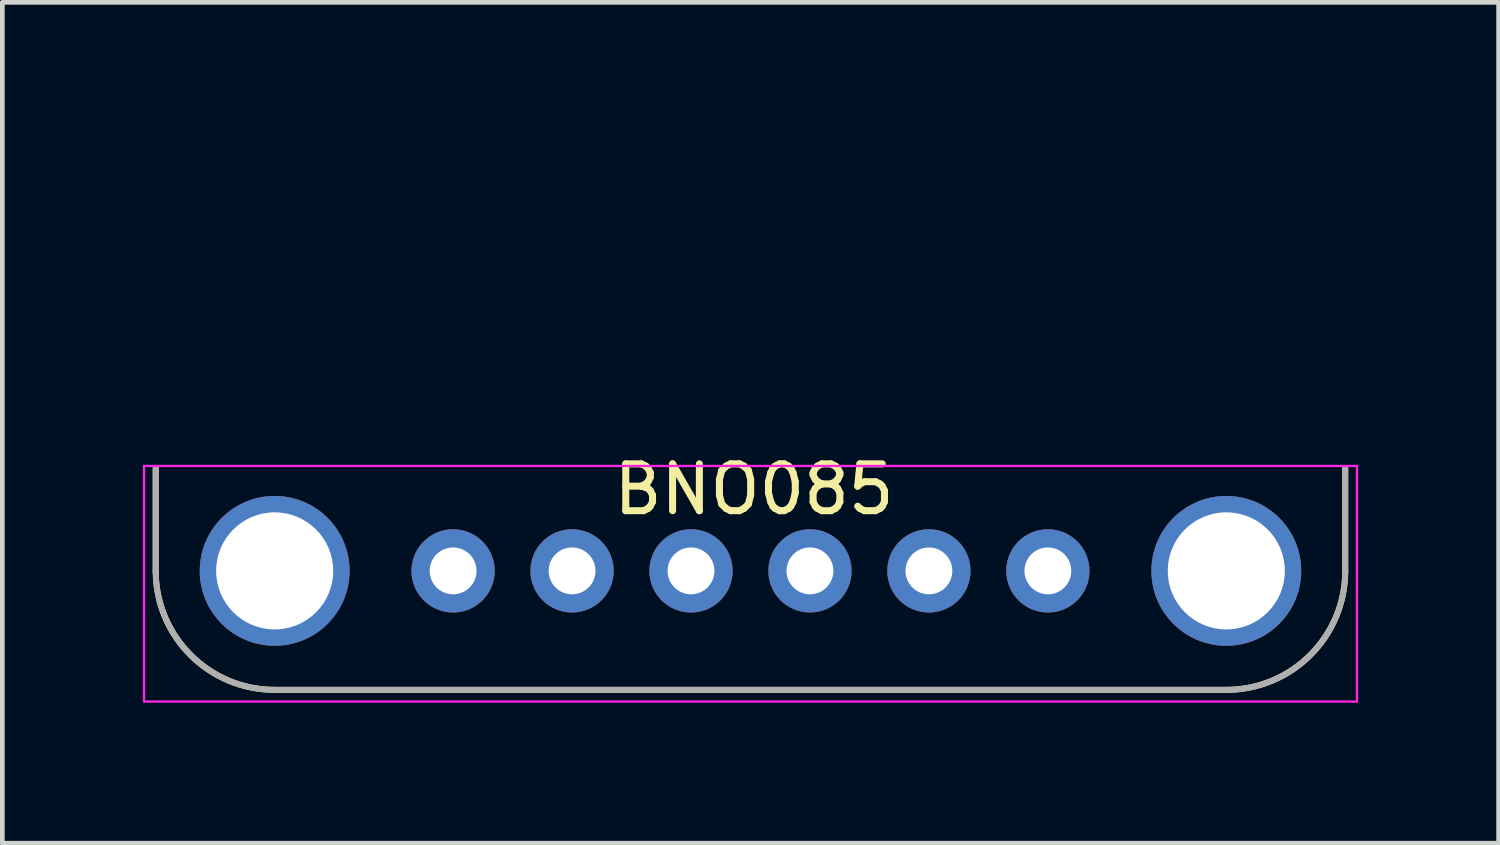
<source format=kicad_pcb>
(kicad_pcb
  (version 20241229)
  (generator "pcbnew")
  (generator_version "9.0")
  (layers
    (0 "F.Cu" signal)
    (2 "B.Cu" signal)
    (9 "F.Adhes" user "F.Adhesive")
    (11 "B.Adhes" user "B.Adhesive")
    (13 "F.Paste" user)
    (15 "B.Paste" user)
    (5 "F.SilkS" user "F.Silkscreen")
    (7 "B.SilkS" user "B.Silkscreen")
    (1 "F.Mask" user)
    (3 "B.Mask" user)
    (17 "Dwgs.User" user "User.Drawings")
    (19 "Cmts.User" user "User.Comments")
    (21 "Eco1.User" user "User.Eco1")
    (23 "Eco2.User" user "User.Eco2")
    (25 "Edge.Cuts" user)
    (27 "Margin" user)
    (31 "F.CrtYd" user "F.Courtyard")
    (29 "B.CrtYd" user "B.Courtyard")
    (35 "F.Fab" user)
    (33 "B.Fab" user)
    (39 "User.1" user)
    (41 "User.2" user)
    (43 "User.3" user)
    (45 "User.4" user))
  (footprint "BNO085"
    (layer "F.Cu")
    (at 12.975 0.25)
    (property "Reference" "BNO085" (at 0.075 7.15 0) (layer "F.SilkS") (effects (font (size 1 1) (thickness 0.15))))
    (attr through_hole)
    (fp_line (start -12.7 6.7) (end -12.7 8.915) (stroke (width 0.127) (type solid)) (layer "F.SilkS"))
    (fp_line (start -10.16 11.43) (end 10.16 11.43) (stroke (width 0.127) (type solid)) (layer "F.SilkS"))
    (fp_line (start 12.7 8.89) (end 12.7 6.7) (stroke (width 0.127) (type solid)) (layer "F.SilkS"))
    (fp_arc (start -10.16 11.43) (mid -11.956051 10.686051) (end -12.7 8.89) (stroke (width 0.127) (type solid)) (layer "F.SilkS"))
    (fp_arc (start 12.7 8.89) (mid 11.956051 10.686051) (end 10.16 11.43) (stroke (width 0.127) (type solid)) (layer "F.SilkS"))
    (fp_line (start -12.95 6.65) (end -12.95 11.675) (stroke (width 0.05) (type solid)) (layer "F.CrtYd"))
    (fp_line (start -12.95 11.68) (end 12.95 11.68) (stroke (width 0.05) (type solid)) (layer "F.CrtYd"))
    (fp_line (start 12.95 6.65) (end -12.95 6.65) (stroke (width 0.05) (type default)) (layer "F.CrtYd"))
    (fp_line (start 12.95 11.68) (end 12.95 6.65) (stroke (width 0.05) (type solid)) (layer "F.CrtYd"))
    (fp_line (start -12.7 6.7) (end -12.7 8.89) (stroke (width 0.127) (type solid)) (layer "F.Fab"))
    (fp_line (start -10.16 11.43) (end 10.16 11.43) (stroke (width 0.127) (type solid)) (layer "F.Fab"))
    (fp_line (start 12.7 8.89) (end 12.7 6.7) (stroke (width 0.127) (type solid)) (layer "F.Fab"))
    (fp_arc (start -10.16 11.43) (mid -11.956051 10.686051) (end -12.7 8.89) (stroke (width 0.127) (type solid)) (layer "F.Fab"))
    (fp_arc (start 12.7 8.89) (mid 11.956051 10.686051) (end 10.16 11.43) (stroke (width 0.127) (type solid)) (layer "F.Fab"))
    (pad "" np_thru_hole circle (at -10.16 8.89) (size 3.2 3.2) (drill 2.5) (layers "*.Cu" "*.Mask"))
    (pad "" np_thru_hole circle (at 10.16 8.89) (size 3.2 3.2) (drill 2.5) (layers "*.Cu" "*.Mask"))
    (pad "JP1_1" thru_hole circle (at -6.35 8.89) (size 1.778 1.778) (drill 1) (layers "*.Cu" "*.Mask"))
    (pad "JP1_2" thru_hole circle (at -3.81 8.89) (size 1.778 1.778) (drill 1) (layers "*.Cu" "*.Mask"))
    (pad "JP1_3" thru_hole circle (at -1.27 8.89) (size 1.778 1.778) (drill 1) (layers "*.Cu" "*.Mask"))
    (pad "JP1_4" thru_hole circle (at 1.27 8.89) (size 1.778 1.778) (drill 1) (layers "*.Cu" "*.Mask"))
    (pad "JP1_5" thru_hole circle (at 3.81 8.89) (size 1.778 1.778) (drill 1) (layers "*.Cu" "*.Mask"))
    (pad "JP1_6" thru_hole circle (at 6.35 8.89) (size 1.778 1.778) (drill 1) (layers "*.Cu" "*.Mask")))
  (gr_rect
    (start -3 -3)
    (end 28.95 14.955)
    (stroke (width 0.1) (type default))
    (fill no)
    (layer "Edge.Cuts")))
</source>
